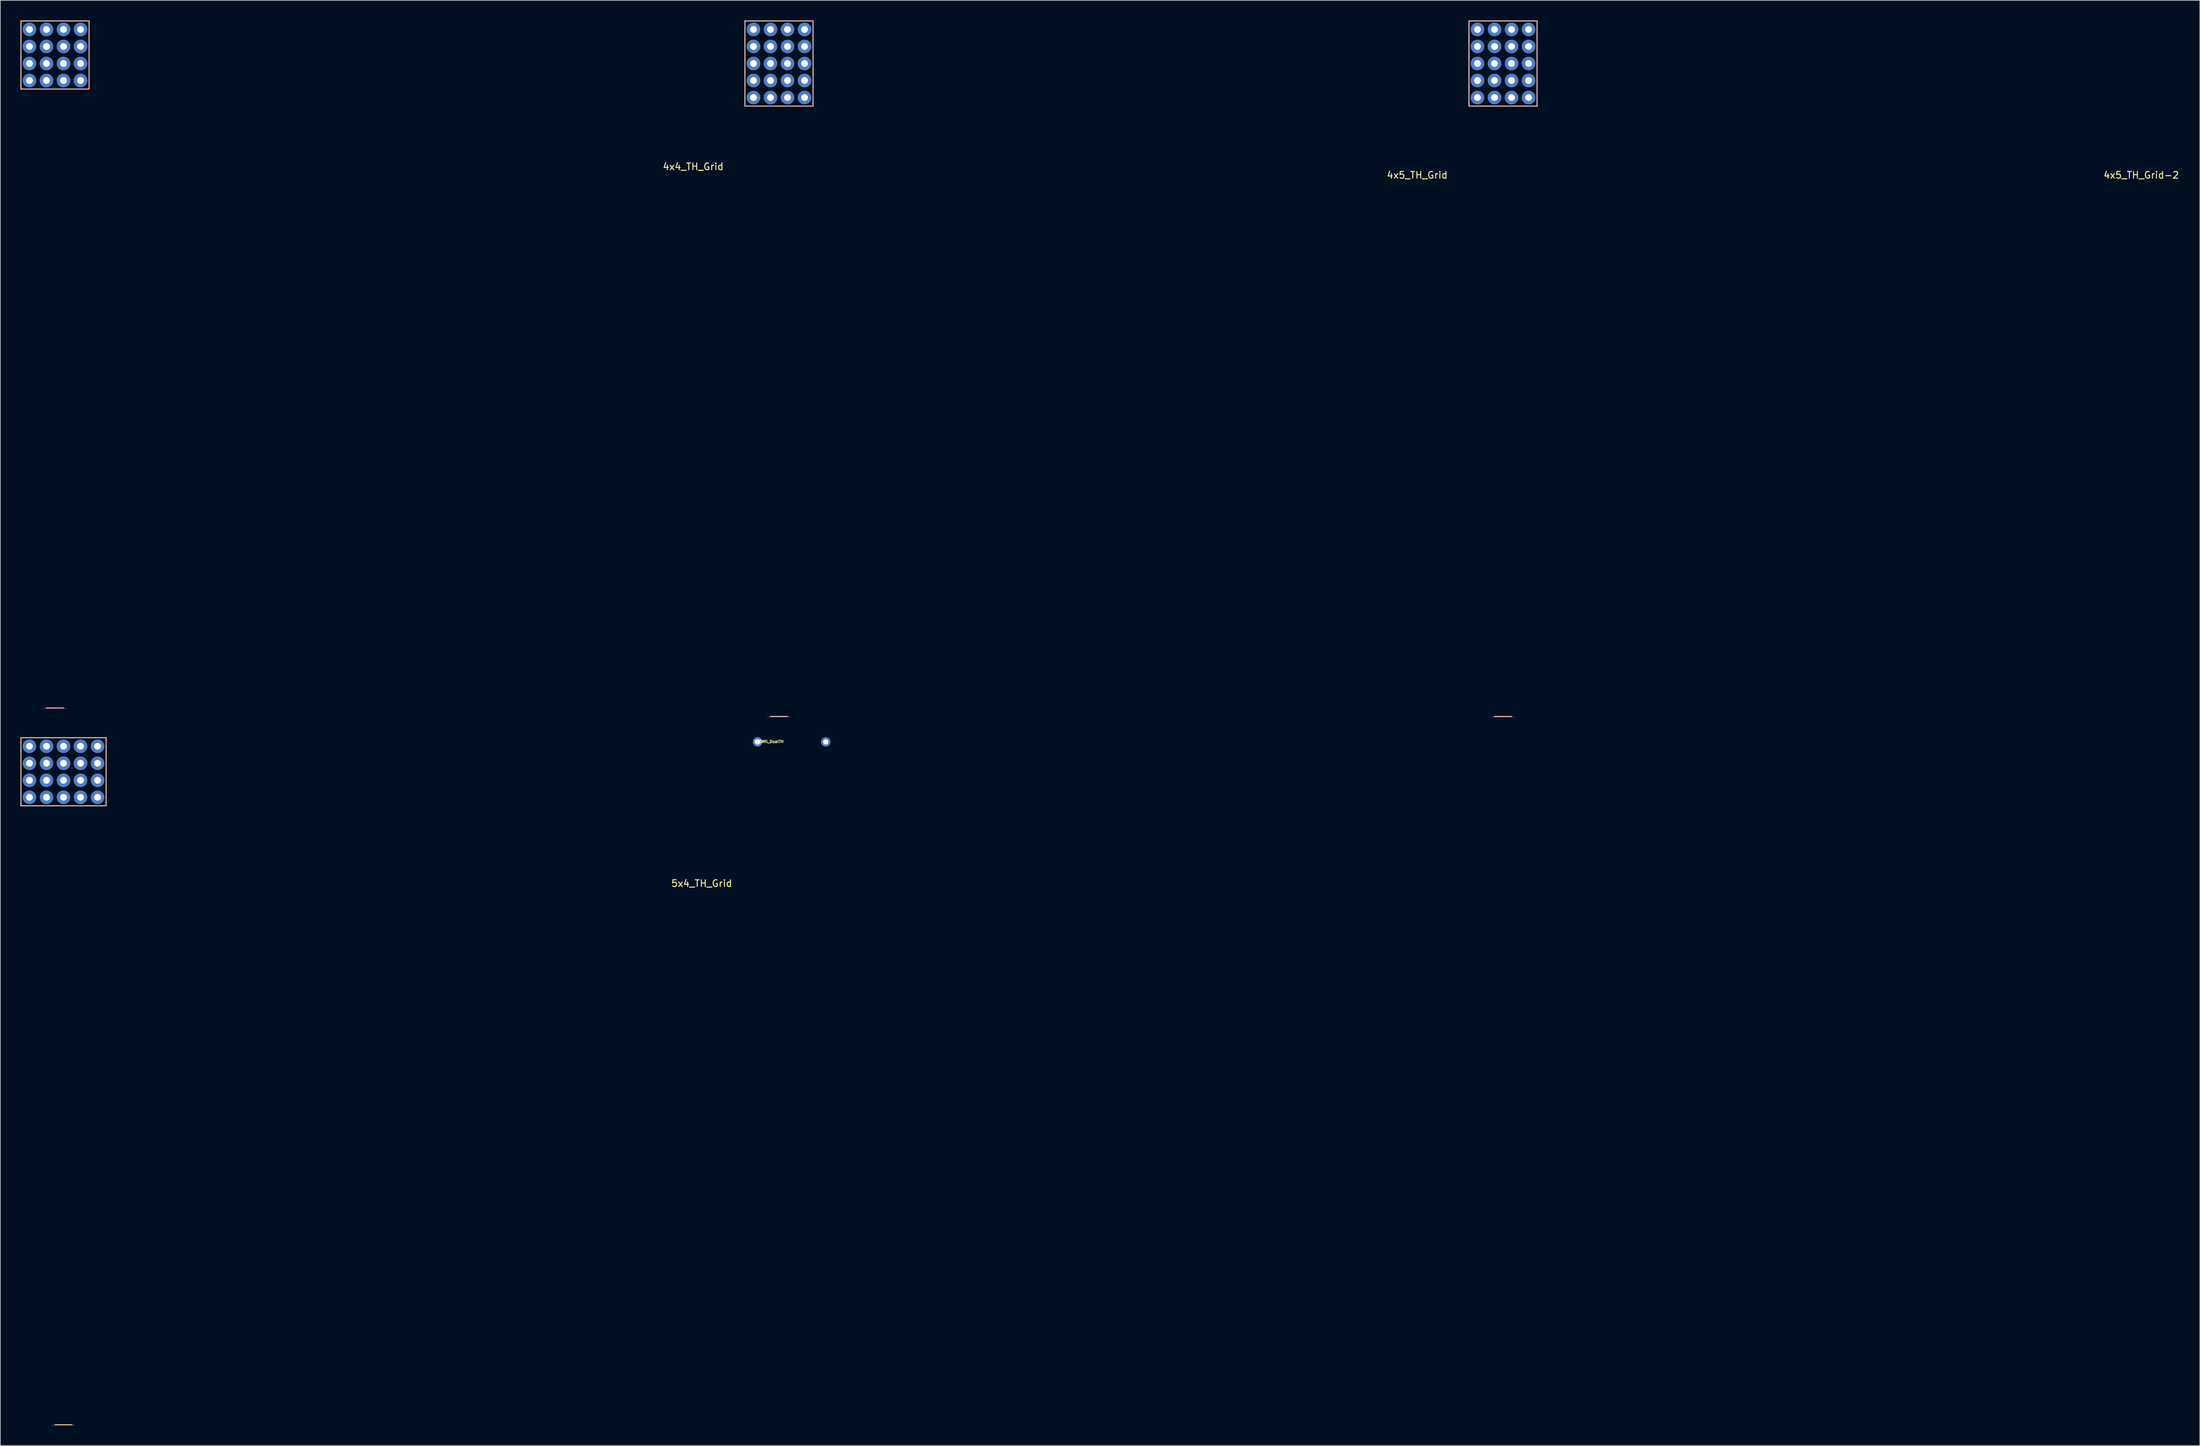
<source format=kicad_pcb>
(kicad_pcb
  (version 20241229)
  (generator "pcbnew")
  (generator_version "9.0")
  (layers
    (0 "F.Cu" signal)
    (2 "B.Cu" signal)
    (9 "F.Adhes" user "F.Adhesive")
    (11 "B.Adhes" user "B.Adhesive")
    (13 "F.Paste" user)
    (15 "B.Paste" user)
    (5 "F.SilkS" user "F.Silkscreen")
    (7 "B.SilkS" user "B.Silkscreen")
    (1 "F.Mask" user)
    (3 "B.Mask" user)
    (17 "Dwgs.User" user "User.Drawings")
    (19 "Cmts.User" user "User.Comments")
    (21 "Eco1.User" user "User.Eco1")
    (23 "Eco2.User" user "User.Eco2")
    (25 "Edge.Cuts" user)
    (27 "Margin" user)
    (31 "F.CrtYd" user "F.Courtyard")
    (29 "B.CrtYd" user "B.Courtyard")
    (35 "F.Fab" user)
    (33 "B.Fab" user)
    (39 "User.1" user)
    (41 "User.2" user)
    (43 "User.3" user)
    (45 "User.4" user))
  (footprint "300Mil_DualTH"
    (layer "F.Cu")
    (at 109.986 107.673)
    (property "Reference" "300Mil_DualTH" (at 1.676 -0.051 0) (layer "F.SilkS") (effects (font (size 0.4 0.4) (thickness 0.1))))
    (attr through_hole)
    (pad "1" thru_hole circle (at 0 0) (size 1.4 1.4) (drill 0.8) (layers "*.Cu" "*.Mask"))
    (pad "2" thru_hole circle (at 10.16 0) (size 1.4 1.4) (drill 0.8) (layers "*.Cu" "*.Mask")))
  (footprint "4x5_TH_Grid"
    (layer "F.Cu")
    (at 113.171 6.425)
    (property "Reference" "4x5_TH_Grid" (at 95.212 16.662 0) (layer "F.SilkS") (effects (font (size 1 1) (thickness 0.15))))
    (attr through_hole)
    (fp_line (start -5.08 -6.35) (end -5.08 6.33) (stroke (width 0.15) (type solid)) (layer "F.SilkS"))
    (fp_line (start -1.27 97.46) (end 1.27 97.46) (stroke (width 0.15) (type solid)) (layer "F.SilkS"))
    (fp_line (start 5.08 6.33) (end 5.08 -6.35) (stroke (width 0.15) (type solid)) (layer "F.SilkS"))
    (fp_line (start 5.09 -6.35) (end -5.08 -6.35) (stroke (width 0.15) (type solid)) (layer "F.SilkS"))
    (fp_line (start 5.09 6.35) (end -5.08 6.35) (stroke (width 0.15) (type solid)) (layer "F.SilkS"))
    (fp_line (start -5.08 -6.35) (end -5.08 6.33) (stroke (width 0.15) (type solid)) (layer "B.SilkS"))
    (fp_line (start 5.08 6.33) (end 5.08 -6.35) (stroke (width 0.15) (type solid)) (layer "B.SilkS"))
    (fp_line (start 5.09 -6.35) (end -5.08 -6.35) (stroke (width 0.15) (type solid)) (layer "B.SilkS"))
    (fp_line (start 5.09 6.35) (end -5.08 6.35) (stroke (width 0.15) (type solid)) (layer "B.SilkS"))
    (fp_line (start -1.75 97.523) (end 1.75 97.523) (stroke (width 0.05) (type solid)) (layer "F.CrtYd"))
    (pad "" thru_hole circle (at -3.81 -5.08) (size 2.032 2.032) (drill 1.016) (layers "B.Cu" "B.Mask"))
    (pad "" thru_hole circle (at -3.81 -2.54) (size 2.032 2.032) (drill 1.016) (layers "B.Cu" "B.Mask"))
    (pad "" thru_hole circle (at -3.81 0) (size 2.032 2.032) (drill 1.016) (layers "B.Cu" "B.Mask"))
    (pad "" thru_hole circle (at -3.81 2.54) (size 2.032 2.032) (drill 1.016) (layers "B.Cu" "B.Mask"))
    (pad "" thru_hole circle (at -3.81 5.08) (size 2.032 2.032) (drill 1.016) (layers "B.Cu" "B.Mask"))
    (pad "" thru_hole circle (at -1.27 -5.08) (size 2.032 2.032) (drill 1.016) (layers "B.Cu" "B.Mask"))
    (pad "" thru_hole circle (at -1.27 -2.54) (size 2.032 2.032) (drill 1.016) (layers "B.Cu" "B.Mask"))
    (pad "" thru_hole circle (at -1.27 0) (size 2.032 2.032) (drill 1.016) (layers "B.Cu" "B.Mask"))
    (pad "" thru_hole circle (at -1.27 2.54) (size 2.032 2.032) (drill 1.016) (layers "B.Cu" "B.Mask"))
    (pad "" thru_hole circle (at -1.27 5.08) (size 2.032 2.032) (drill 1.016) (layers "B.Cu" "B.Mask"))
    (pad "" thru_hole circle (at 1.27 -5.08) (size 2.032 2.032) (drill 1.016) (layers "B.Cu" "B.Mask"))
    (pad "" thru_hole circle (at 1.27 -2.54) (size 2.032 2.032) (drill 1.016) (layers "B.Cu" "B.Mask"))
    (pad "" thru_hole circle (at 1.27 0) (size 2.032 2.032) (drill 1.016) (layers "B.Cu" "B.Mask"))
    (pad "" thru_hole circle (at 1.27 2.54) (size 2.032 2.032) (drill 1.016) (layers "B.Cu" "B.Mask"))
    (pad "" thru_hole circle (at 1.27 5.08) (size 2.032 2.032) (drill 1.016) (layers "B.Cu" "B.Mask"))
    (pad "" thru_hole circle (at 3.81 -5.08) (size 2.032 2.032) (drill 1.016) (layers "B.Cu" "B.Mask"))
    (pad "" thru_hole circle (at 3.81 -2.54) (size 2.032 2.032) (drill 1.016) (layers "B.Cu" "B.Mask"))
    (pad "" thru_hole circle (at 3.81 0) (size 2.032 2.032) (drill 1.016) (layers "B.Cu" "B.Mask"))
    (pad "" thru_hole circle (at 3.81 2.54) (size 2.032 2.032) (drill 1.016) (layers "B.Cu" "B.Mask"))
    (pad "" thru_hole circle (at 3.81 5.08) (size 2.032 2.032) (drill 1.016) (layers "B.Cu" "B.Mask")))
  (footprint "4x4_TH_Grid"
    (layer "F.Cu")
    (at 5.155 5.155)
    (property "Reference" "4x4_TH_Grid" (at 95.212 16.662 0) (layer "F.SilkS") (effects (font (size 1 1) (thickness 0.15))))
    (attr through_hole)
    (fp_line (start -5.08 -5.08) (end -5.08 5.08) (stroke (width 0.15) (type solid)) (layer "F.SilkS"))
    (fp_line (start -1.27 97.46) (end 1.27 97.46) (stroke (width 0.15) (type solid)) (layer "F.SilkS"))
    (fp_line (start 5.08 5.08) (end 5.08 -5.08) (stroke (width 0.15) (type solid)) (layer "F.SilkS"))
    (fp_line (start 5.09 -5.08) (end -5.08 -5.08) (stroke (width 0.15) (type solid)) (layer "F.SilkS"))
    (fp_line (start 5.09 5.08) (end -5.08 5.08) (stroke (width 0.15) (type solid)) (layer "F.SilkS"))
    (fp_line (start -5.08 -5.08) (end -5.08 5.08) (stroke (width 0.15) (type solid)) (layer "B.SilkS"))
    (fp_line (start 5.08 5.08) (end 5.08 -5.08) (stroke (width 0.15) (type solid)) (layer "B.SilkS"))
    (fp_line (start 5.09 -5.08) (end -5.08 -5.08) (stroke (width 0.15) (type solid)) (layer "B.SilkS"))
    (fp_line (start 5.09 5.08) (end -5.08 5.08) (stroke (width 0.15) (type solid)) (layer "B.SilkS"))
    (fp_line (start -1.75 97.523) (end 1.75 97.523) (stroke (width 0.05) (type solid)) (layer "F.CrtYd"))
    (pad "" thru_hole circle (at -3.81 -3.81) (size 2.032 2.032) (drill 1.016) (layers "B.Cu" "B.Mask"))
    (pad "" thru_hole circle (at -3.81 -1.27) (size 2.032 2.032) (drill 1.016) (layers "B.Cu" "B.Mask"))
    (pad "" thru_hole circle (at -3.81 1.27) (size 2.032 2.032) (drill 1.016) (layers "B.Cu" "B.Mask"))
    (pad "" thru_hole circle (at -3.81 3.81) (size 2.032 2.032) (drill 1.016) (layers "B.Cu" "B.Mask"))
    (pad "" thru_hole circle (at -1.27 -3.81) (size 2.032 2.032) (drill 1.016) (layers "B.Cu" "B.Mask"))
    (pad "" thru_hole circle (at -1.27 -1.27) (size 2.032 2.032) (drill 1.016) (layers "B.Cu" "B.Mask"))
    (pad "" thru_hole circle (at -1.27 1.27) (size 2.032 2.032) (drill 1.016) (layers "B.Cu" "B.Mask"))
    (pad "" thru_hole circle (at -1.27 3.81) (size 2.032 2.032) (drill 1.016) (layers "B.Cu" "B.Mask"))
    (pad "" thru_hole circle (at 1.27 -3.81) (size 2.032 2.032) (drill 1.016) (layers "B.Cu" "B.Mask"))
    (pad "" thru_hole circle (at 1.27 -1.27) (size 2.032 2.032) (drill 1.016) (layers "B.Cu" "B.Mask"))
    (pad "" thru_hole circle (at 1.27 1.27) (size 2.032 2.032) (drill 1.016) (layers "B.Cu" "B.Mask"))
    (pad "" thru_hole circle (at 1.27 3.81) (size 2.032 2.032) (drill 1.016) (layers "B.Cu" "B.Mask"))
    (pad "" thru_hole circle (at 3.81 -3.81) (size 2.032 2.032) (drill 1.016) (layers "B.Cu" "B.Mask"))
    (pad "" thru_hole circle (at 3.81 -1.27) (size 2.032 2.032) (drill 1.016) (layers "B.Cu" "B.Mask"))
    (pad "" thru_hole circle (at 3.81 1.27) (size 2.032 2.032) (drill 1.016) (layers "B.Cu" "B.Mask"))
    (pad "" thru_hole circle (at 3.81 3.81) (size 2.032 2.032) (drill 1.016) (layers "B.Cu" "B.Mask")))
  (footprint "4x5_TH_Grid-2"
    (layer "F.Cu")
    (at 221.186 6.425)
    (property "Reference" "4x5_TH_Grid-2" (at 95.212 16.662 0) (layer "F.SilkS") (effects (font (size 1 1) (thickness 0.15))))
    (attr through_hole)
    (fp_line (start -5.08 -6.35) (end -5.08 6.33) (stroke (width 0.15) (type solid)) (layer "F.SilkS"))
    (fp_line (start -1.27 97.46) (end 1.27 97.46) (stroke (width 0.15) (type solid)) (layer "F.SilkS"))
    (fp_line (start 5.08 6.33) (end 5.08 -6.35) (stroke (width 0.15) (type solid)) (layer "F.SilkS"))
    (fp_line (start 5.09 -6.35) (end -5.08 -6.35) (stroke (width 0.15) (type solid)) (layer "F.SilkS"))
    (fp_line (start 5.09 6.35) (end -5.08 6.35) (stroke (width 0.15) (type solid)) (layer "F.SilkS"))
    (fp_line (start 5.09 6.35) (end -5.08 6.35) (stroke (width 0.15) (type solid)) (layer "F.SilkS"))
    (fp_line (start -5.08 -6.35) (end -5.08 6.33) (stroke (width 0.15) (type solid)) (layer "B.SilkS"))
    (fp_line (start 5.08 6.33) (end 5.08 -6.35) (stroke (width 0.15) (type solid)) (layer "B.SilkS"))
    (fp_line (start 5.09 -6.35) (end -5.08 -6.35) (stroke (width 0.15) (type solid)) (layer "B.SilkS"))
    (fp_line (start 5.09 6.35) (end -5.08 6.35) (stroke (width 0.15) (type solid)) (layer "B.SilkS"))
    (fp_line (start -1.75 97.523) (end 1.75 97.523) (stroke (width 0.05) (type solid)) (layer "F.CrtYd"))
    (pad "" thru_hole circle (at -3.81 -5.08) (size 2.032 2.032) (drill 1.016) (layers "B.Cu" "B.Mask"))
    (pad "" thru_hole circle (at -3.81 -2.54) (size 2.032 2.032) (drill 1.016) (layers "B.Cu" "B.Mask"))
    (pad "" thru_hole circle (at -3.81 0) (size 2.032 2.032) (drill 1.016) (layers "B.Cu" "B.Mask"))
    (pad "" thru_hole circle (at -3.81 2.54) (size 2.032 2.032) (drill 1.016) (layers "B.Cu" "B.Mask"))
    (pad "" thru_hole circle (at -3.81 5.08) (size 2.032 2.032) (drill 1.016) (layers "B.Cu" "B.Mask"))
    (pad "" thru_hole circle (at -1.27 -5.08) (size 2.032 2.032) (drill 1.016) (layers "B.Cu" "B.Mask"))
    (pad "" thru_hole circle (at -1.27 -2.54) (size 2.032 2.032) (drill 1.016) (layers "B.Cu" "B.Mask"))
    (pad "" thru_hole circle (at -1.27 0) (size 2.032 2.032) (drill 1.016) (layers "B.Cu" "B.Mask"))
    (pad "" thru_hole circle (at -1.27 2.54) (size 2.032 2.032) (drill 1.016) (layers "B.Cu" "B.Mask"))
    (pad "" thru_hole circle (at -1.27 5.08) (size 2.032 2.032) (drill 1.016) (layers "B.Cu" "B.Mask"))
    (pad "" thru_hole circle (at 1.27 -5.08) (size 2.032 2.032) (drill 1.016) (layers "B.Cu" "B.Mask"))
    (pad "" thru_hole circle (at 1.27 -2.54) (size 2.032 2.032) (drill 1.016) (layers "B.Cu" "B.Mask"))
    (pad "" thru_hole circle (at 1.27 0) (size 2.032 2.032) (drill 1.016) (layers "B.Cu" "B.Mask"))
    (pad "" thru_hole circle (at 1.27 2.54) (size 2.032 2.032) (drill 1.016) (layers "B.Cu" "B.Mask"))
    (pad "" thru_hole circle (at 1.27 5.08) (size 2.032 2.032) (drill 1.016) (layers "B.Cu" "B.Mask"))
    (pad "" thru_hole circle (at 3.81 -5.08) (size 2.032 2.032) (drill 1.016) (layers "B.Cu" "B.Mask"))
    (pad "" thru_hole circle (at 3.81 -2.54) (size 2.032 2.032) (drill 1.016) (layers "B.Cu" "B.Mask"))
    (pad "" thru_hole circle (at 3.81 0) (size 2.032 2.032) (drill 1.016) (layers "B.Cu" "B.Mask"))
    (pad "" thru_hole circle (at 3.81 2.54) (size 2.032 2.032) (drill 1.016) (layers "B.Cu" "B.Mask"))
    (pad "" thru_hole circle (at 3.81 5.08) (size 2.032 2.032) (drill 1.016) (layers "B.Cu" "B.Mask")))
  (footprint "5x4_TH_Grid"
    (layer "F.Cu")
    (at 6.425 112.128)
    (property "Reference" "5x4_TH_Grid" (at 95.212 16.662 0) (layer "F.SilkS") (effects (font (size 1 1) (thickness 0.15))))
    (attr through_hole)
    (fp_line (start -6.35 -5.08) (end -6.35 5.08) (stroke (width 0.15) (type solid)) (layer "F.SilkS"))
    (fp_line (start -1.27 97.46) (end 1.27 97.46) (stroke (width 0.15) (type solid)) (layer "F.SilkS"))
    (fp_line (start 6.35 -5.08) (end -6.35 -5.08) (stroke (width 0.15) (type solid)) (layer "F.SilkS"))
    (fp_line (start 6.35 5.08) (end -6.35 5.08) (stroke (width 0.15) (type solid)) (layer "F.SilkS"))
    (fp_line (start 6.35 5.08) (end 6.35 -5.08) (stroke (width 0.15) (type solid)) (layer "F.SilkS"))
    (fp_line (start -6.35 -5.08) (end -6.35 5.08) (stroke (width 0.15) (type solid)) (layer "B.SilkS"))
    (fp_line (start 6.35 -5.08) (end -6.35 -5.08) (stroke (width 0.15) (type solid)) (layer "B.SilkS"))
    (fp_line (start 6.35 5.08) (end -6.35 5.08) (stroke (width 0.15) (type solid)) (layer "B.SilkS"))
    (fp_line (start 6.35 5.08) (end 6.35 -5.08) (stroke (width 0.15) (type solid)) (layer "B.SilkS"))
    (fp_line (start -1.75 97.523) (end 1.75 97.523) (stroke (width 0.05) (type solid)) (layer "F.CrtYd"))
    (pad "" thru_hole circle (at -5.08 -3.81) (size 2.032 2.032) (drill 1.016) (layers "B.Cu" "B.Mask"))
    (pad "" thru_hole circle (at -5.08 -1.27) (size 2.032 2.032) (drill 1.016) (layers "B.Cu" "B.Mask"))
    (pad "" thru_hole circle (at -5.08 1.27) (size 2.032 2.032) (drill 1.016) (layers "B.Cu" "B.Mask"))
    (pad "" thru_hole circle (at -5.08 3.81) (size 2.032 2.032) (drill 1.016) (layers "B.Cu" "B.Mask"))
    (pad "" thru_hole circle (at -2.54 -3.81) (size 2.032 2.032) (drill 1.016) (layers "B.Cu" "B.Mask"))
    (pad "" thru_hole circle (at -2.54 -1.27) (size 2.032 2.032) (drill 1.016) (layers "B.Cu" "B.Mask"))
    (pad "" thru_hole circle (at -2.54 1.27) (size 2.032 2.032) (drill 1.016) (layers "B.Cu" "B.Mask"))
    (pad "" thru_hole circle (at -2.54 3.81) (size 2.032 2.032) (drill 1.016) (layers "B.Cu" "B.Mask"))
    (pad "" thru_hole circle (at 0 -3.81) (size 2.032 2.032) (drill 1.016) (layers "B.Cu" "B.Mask"))
    (pad "" thru_hole circle (at 0 -1.27) (size 2.032 2.032) (drill 1.016) (layers "B.Cu" "B.Mask"))
    (pad "" thru_hole circle (at 0 1.27) (size 2.032 2.032) (drill 1.016) (layers "B.Cu" "B.Mask"))
    (pad "" thru_hole circle (at 0 3.81) (size 2.032 2.032) (drill 1.016) (layers "B.Cu" "B.Mask"))
    (pad "" thru_hole circle (at 2.54 -3.81) (size 2.032 2.032) (drill 1.016) (layers "B.Cu" "B.Mask"))
    (pad "" thru_hole circle (at 2.54 -1.27) (size 2.032 2.032) (drill 1.016) (layers "B.Cu" "B.Mask"))
    (pad "" thru_hole circle (at 2.54 1.27) (size 2.032 2.032) (drill 1.016) (layers "B.Cu" "B.Mask"))
    (pad "" thru_hole circle (at 2.54 3.81) (size 2.032 2.032) (drill 1.016) (layers "B.Cu" "B.Mask"))
    (pad "" thru_hole circle (at 5.08 -3.81) (size 2.032 2.032) (drill 1.016) (layers "B.Cu" "B.Mask"))
    (pad "" thru_hole circle (at 5.08 -1.27) (size 2.032 2.032) (drill 1.016) (layers "B.Cu" "B.Mask"))
    (pad "" thru_hole circle (at 5.08 1.27) (size 2.032 2.032) (drill 1.016) (layers "B.Cu" "B.Mask"))
    (pad "" thru_hole circle (at 5.08 3.81) (size 2.032 2.032) (drill 1.016) (layers "B.Cu" "B.Mask")))
  (gr_rect
    (start -3 -3)
    (end 325.142 212.675)
    (stroke (width 0.1) (type default))
    (fill no)
    (layer "Edge.Cuts")))
</source>
